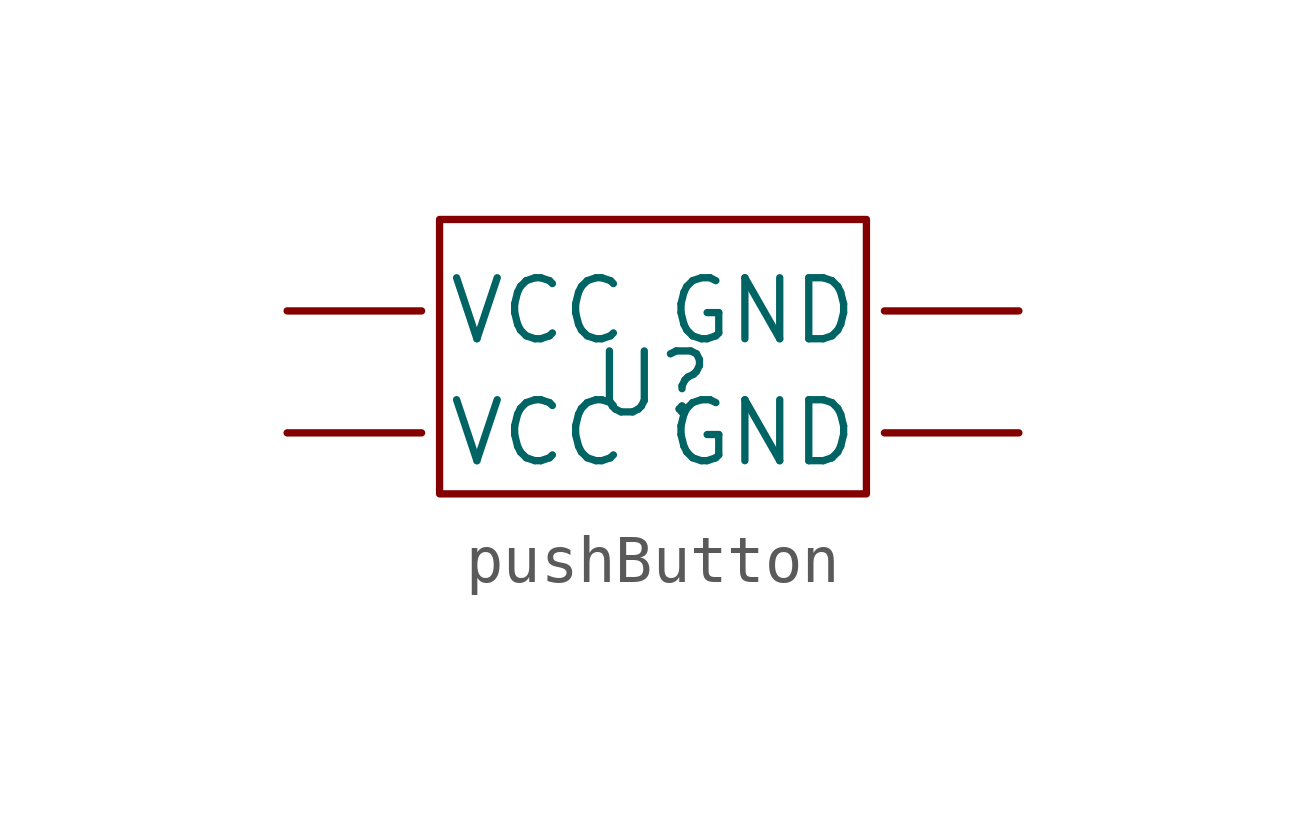
<source format=kicad_sym>
(kicad_symbol_lib
  (version 20241209)
  (generator "kicad_symbol_editor")
  (generator_version "9.0")
  (symbol "pushButton"
    (property "Reference" "U"
      (at 0 -0.254 0)
      (effects (font (size 1.27 1.27))))
    (property "Value" ""
      (at 0 0 0)
      (effects (font (size 1.27 1.27))))
    (symbol "pushButton_0_1"
      (rectangle (start -4.445 3.175) (end 4.445 -2.54) (stroke (width 0) (type default)) (fill (type none))))
    (symbol "pushButton_1_1"
      (pin input line (at -7.62 1.27 0) (length 2.8) (name "VCC" (effects (font (size 1.27 1.27)))) (number "" (effects (font (size 1.27 1.27)))))
      (pin input line (at -7.62 -1.27 0) (length 2.8) (name "VCC" (effects (font (size 1.27 1.27)))) (number "" (effects (font (size 1.27 1.27)))))
      (pin output line (at 7.62 1.27 180) (length 2.8) (name "GND" (effects (font (size 1.27 1.27)))) (number "" (effects (font (size 1.27 1.27)))))
      (pin output line (at 7.62 -1.27 180) (length 2.8) (name "GND" (effects (font (size 1.27 1.27)))) (number "" (effects (font (size 1.27 1.27))))))))
</source>
